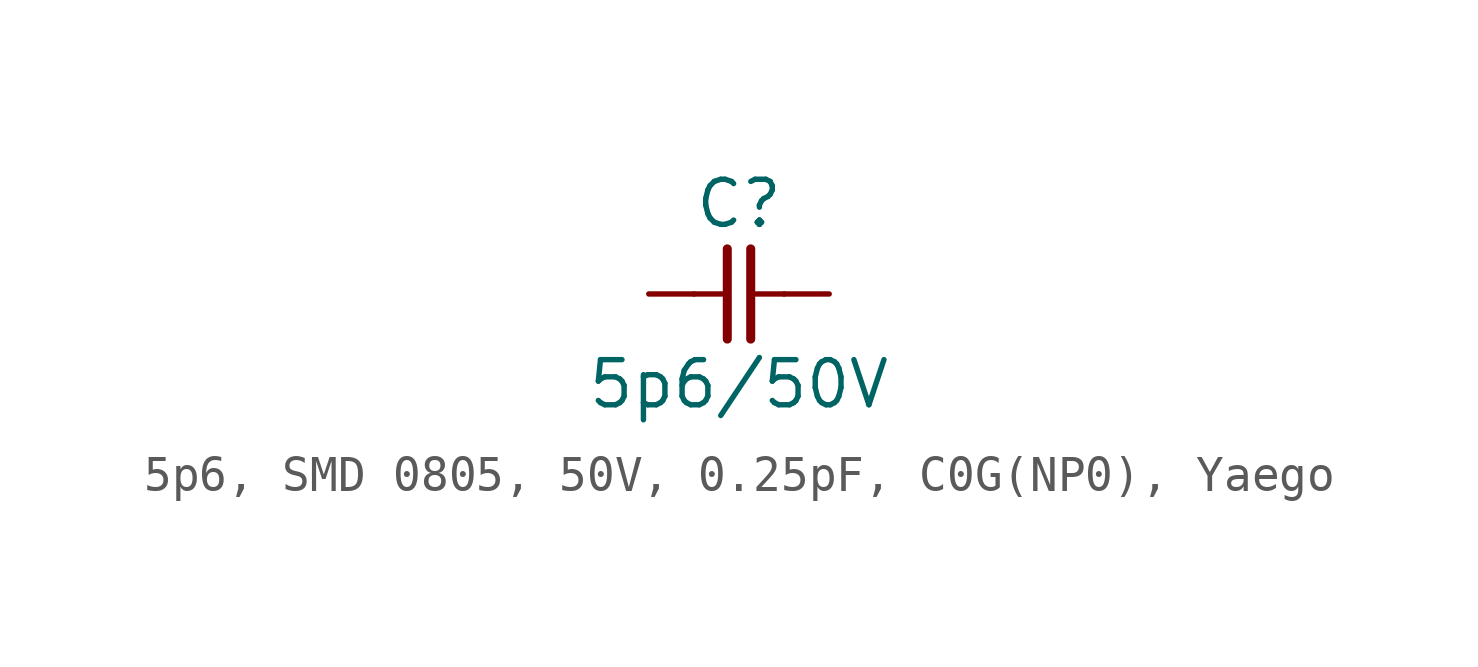
<source format=kicad_sym>
(kicad_symbol_lib
  (version 20241209)
  (generator "kicad_symbol_editor")
  (generator_version "9.0")
  (symbol "5p6, SMD 0805, 50V, 0.25pF, C0G(NP0), Yaego"
    (pin_numbers
      (hide yes))
    (pin_names
      (offset 0)
      (hide yes))
    (property "Reference" "C"
      (at 0 2.54 0)
      (effects (font (size 1.27 1.27))))
    (property "Value" "5p6/50V"
      (at 0 -2.54 0)
      (effects (font (size 1.27 1.27))))
    (symbol "5p6, SMD 0805, 50V, 0.25pF, C0G(NP0), Yaego_0_1"
      (polyline (pts (xy -0.33 1.27) (xy -0.33 -1.27)) (stroke (width 0.254) (type default)) (fill (type none)))
      (polyline (pts (xy -0.318 0) (xy -1.27 0)) (stroke (width 0) (type default)) (fill (type none)))
      (polyline (pts (xy 0.33 1.27) (xy 0.33 -1.27)) (stroke (width 0.254) (type default)) (fill (type none)))
      (polyline (pts (xy 1.27 0) (xy 0.318 0)) (stroke (width 0) (type default)) (fill (type none))))
    (symbol "5p6, SMD 0805, 50V, 0.25pF, C0G(NP0), Yaego_1_1"
      (pin passive line (at -2.54 0 0) (length 1.27) (name "1" (effects (font (size 1.27 1.27)))) (number "1" (effects (font (size 1.27 1.27)))))
      (pin passive line (at 2.54 0 180) (length 1.27) (name "2" (effects (font (size 1.27 1.27)))) (number "2" (effects (font (size 1.27 1.27))))))))
</source>
